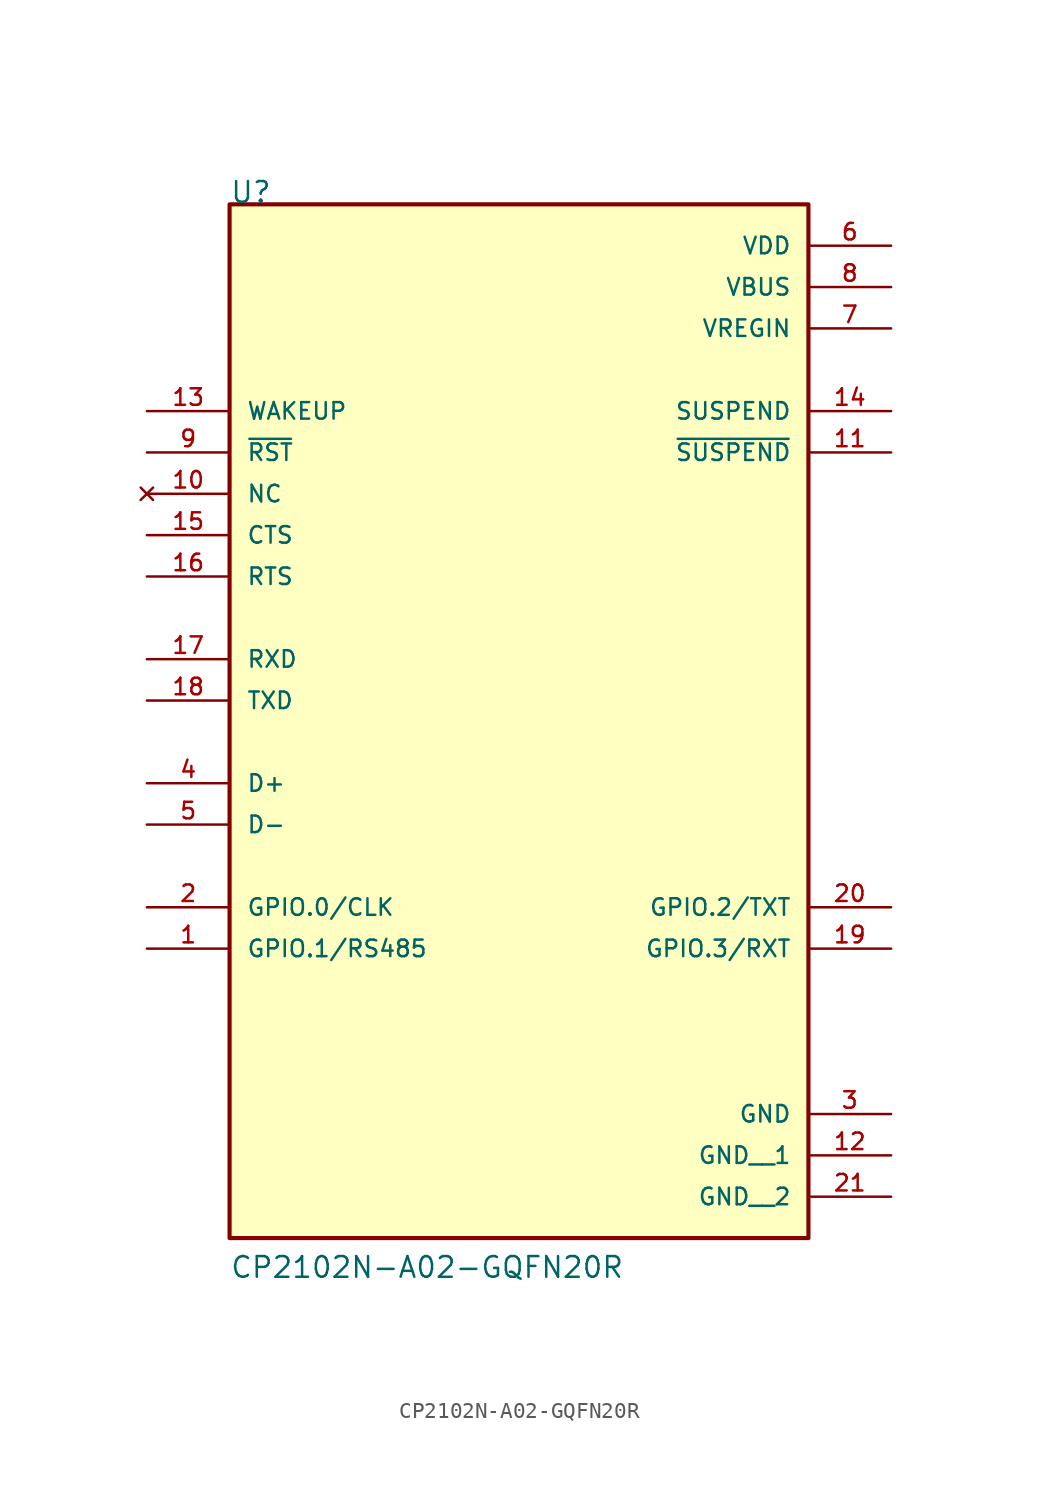
<source format=kicad_sym>
(kicad_symbol_lib
  (version 20231120)
  (generator "kicad_symbol_editor")
  (generator_version "8.0")
  (symbol "CP2102N-A02-GQFN20R"
    (pin_names
      (offset 1.016))
    (property "Reference" "U"
      (at -17.78 27.94 0)
      (effects (font (size 1.27 1.27)) (justify left bottom)))
    (property "Value" "CP2102N-A02-GQFN20R"
      (at -17.78 -38.1 0)
      (effects (font (size 1.27 1.27)) (justify left bottom)))
    (symbol "CP2102N-A02-GQFN20R_0_0"
      (rectangle (start -17.78 -35.56) (end 17.78 27.94) (stroke (width 0.254) (type default)) (fill (type background)))
      (pin bidirectional line (at -22.86 -17.78 0) (length 5.08) (name "GPIO.1/RS485" (effects (font (size 1.016 1.016)))) (number "1" (effects (font (size 1.016 1.016)))))
      (pin no_connect line (at -22.86 10.16 0) (length 5.08) (name "NC" (effects (font (size 1.016 1.016)))) (number "10" (effects (font (size 1.016 1.016)))))
      (pin output line (at 22.86 12.7 180) (length 5.08) (name "~{SUSPEND}" (effects (font (size 1.016 1.016)))) (number "11" (effects (font (size 1.016 1.016)))))
      (pin power_in line (at 22.86 -30.48 180) (length 5.08) (name "GND__1" (effects (font (size 1.016 1.016)))) (number "12" (effects (font (size 1.016 1.016)))))
      (pin input line (at -22.86 15.24 0) (length 5.08) (name "WAKEUP" (effects (font (size 1.016 1.016)))) (number "13" (effects (font (size 1.016 1.016)))))
      (pin output line (at 22.86 15.24 180) (length 5.08) (name "SUSPEND" (effects (font (size 1.016 1.016)))) (number "14" (effects (font (size 1.016 1.016)))))
      (pin input line (at -22.86 7.62 0) (length 5.08) (name "CTS" (effects (font (size 1.016 1.016)))) (number "15" (effects (font (size 1.016 1.016)))))
      (pin output line (at -22.86 5.08 0) (length 5.08) (name "RTS" (effects (font (size 1.016 1.016)))) (number "16" (effects (font (size 1.016 1.016)))))
      (pin input line (at -22.86 0 0) (length 5.08) (name "RXD" (effects (font (size 1.016 1.016)))) (number "17" (effects (font (size 1.016 1.016)))))
      (pin output line (at -22.86 -2.54 0) (length 5.08) (name "TXD" (effects (font (size 1.016 1.016)))) (number "18" (effects (font (size 1.016 1.016)))))
      (pin bidirectional line (at 22.86 -17.78 180) (length 5.08) (name "GPIO.3/RXT" (effects (font (size 1.016 1.016)))) (number "19" (effects (font (size 1.016 1.016)))))
      (pin bidirectional line (at -22.86 -15.24 0) (length 5.08) (name "GPIO.0/CLK" (effects (font (size 1.016 1.016)))) (number "2" (effects (font (size 1.016 1.016)))))
      (pin bidirectional line (at 22.86 -15.24 180) (length 5.08) (name "GPIO.2/TXT" (effects (font (size 1.016 1.016)))) (number "20" (effects (font (size 1.016 1.016)))))
      (pin power_in line (at 22.86 -33.02 180) (length 5.08) (name "GND__2" (effects (font (size 1.016 1.016)))) (number "21" (effects (font (size 1.016 1.016)))))
      (pin power_in line (at 22.86 -27.94 180) (length 5.08) (name "GND" (effects (font (size 1.016 1.016)))) (number "3" (effects (font (size 1.016 1.016)))))
      (pin bidirectional line (at -22.86 -7.62 0) (length 5.08) (name "D+" (effects (font (size 1.016 1.016)))) (number "4" (effects (font (size 1.016 1.016)))))
      (pin bidirectional line (at -22.86 -10.16 0) (length 5.08) (name "D-" (effects (font (size 1.016 1.016)))) (number "5" (effects (font (size 1.016 1.016)))))
      (pin power_in line (at 22.86 25.4 180) (length 5.08) (name "VDD" (effects (font (size 1.016 1.016)))) (number "6" (effects (font (size 1.016 1.016)))))
      (pin power_in line (at 22.86 20.32 180) (length 5.08) (name "VREGIN" (effects (font (size 1.016 1.016)))) (number "7" (effects (font (size 1.016 1.016)))))
      (pin power_in line (at 22.86 22.86 180) (length 5.08) (name "VBUS" (effects (font (size 1.016 1.016)))) (number "8" (effects (font (size 1.016 1.016)))))
      (pin input line (at -22.86 12.7 0) (length 5.08) (name "~{RST}" (effects (font (size 1.016 1.016)))) (number "9" (effects (font (size 1.016 1.016))))))))
</source>
